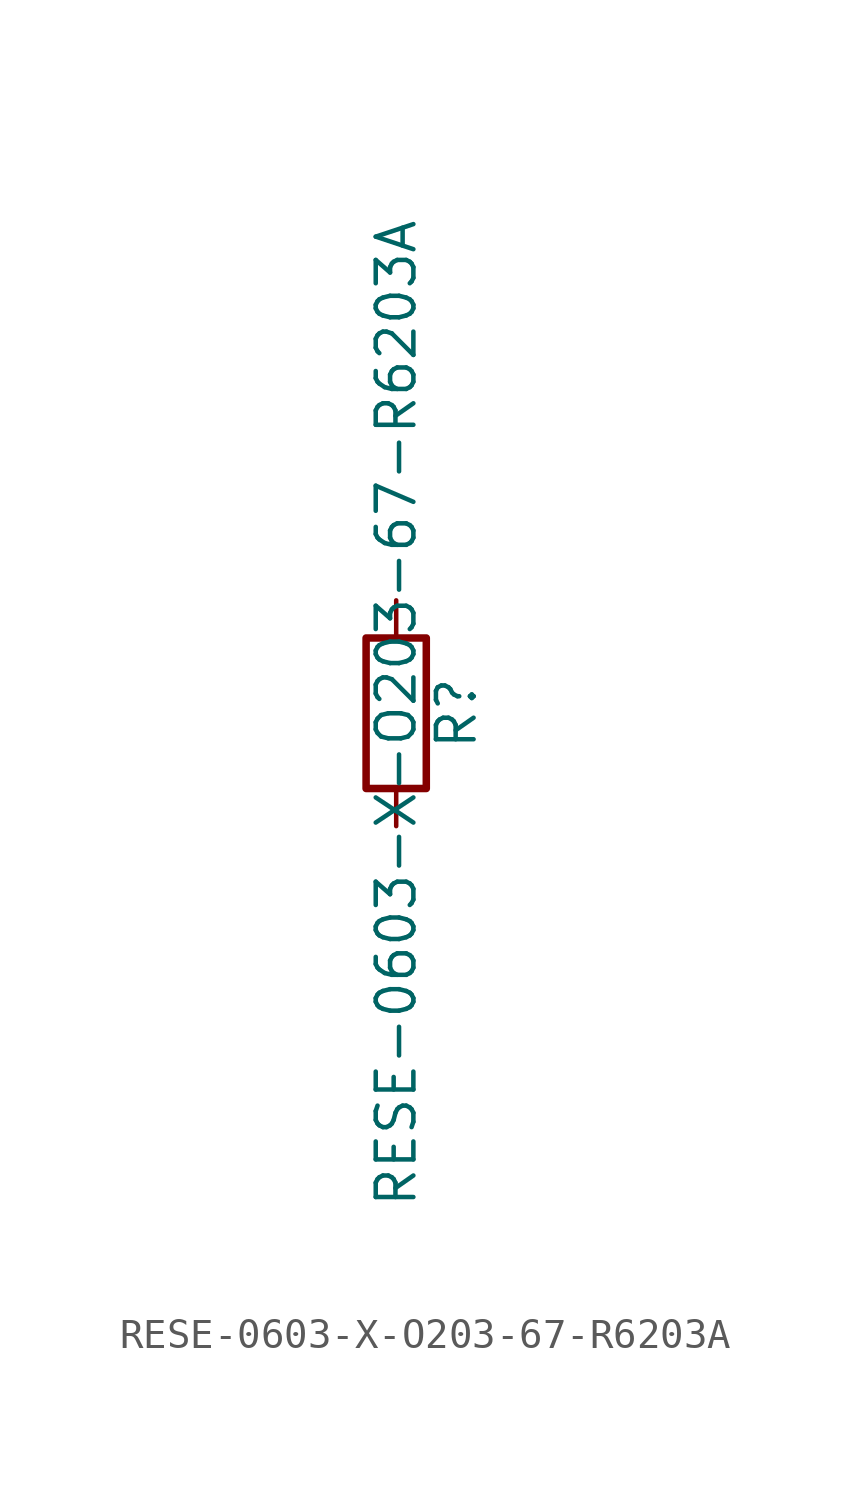
<source format=kicad_sym>
(kicad_symbol_lib
  (version 20211014)
  (generator kicad_symbol_editor)
  (symbol "RESE-0603-X-O203-67-R6203A"
    (pin_numbers hide)
    (pin_names
      (offset 0))
    (property "Reference" "R"
      (at 2.032 0 90)
      (effects (font (size 1.27 1.27))))
    (property "Value" "RESE-0603-X-O203-67-R6203A"
      (at 0 0 90)
      (effects (font (size 1.27 1.27))))
    (symbol "RESE-0603-X-O203-67-R6203A_0_1"
      (rectangle (start -1.016 -2.54) (end 1.016 2.54) (stroke (width 0.254) (type default) (color 0 0 0 0)) (fill (type none))))
    (symbol "RESE-0603-X-O203-67-R6203A_1_1"
      (pin passive line (at 0 3.81 270) (length 1.27) (name "~" (effects (font (size 1.27 1.27)))) (number "1" (effects (font (size 1.27 1.27)))))
      (pin passive line (at 0 -3.81 90) (length 1.27) (name "~" (effects (font (size 1.27 1.27)))) (number "2" (effects (font (size 1.27 1.27))))))))
</source>
